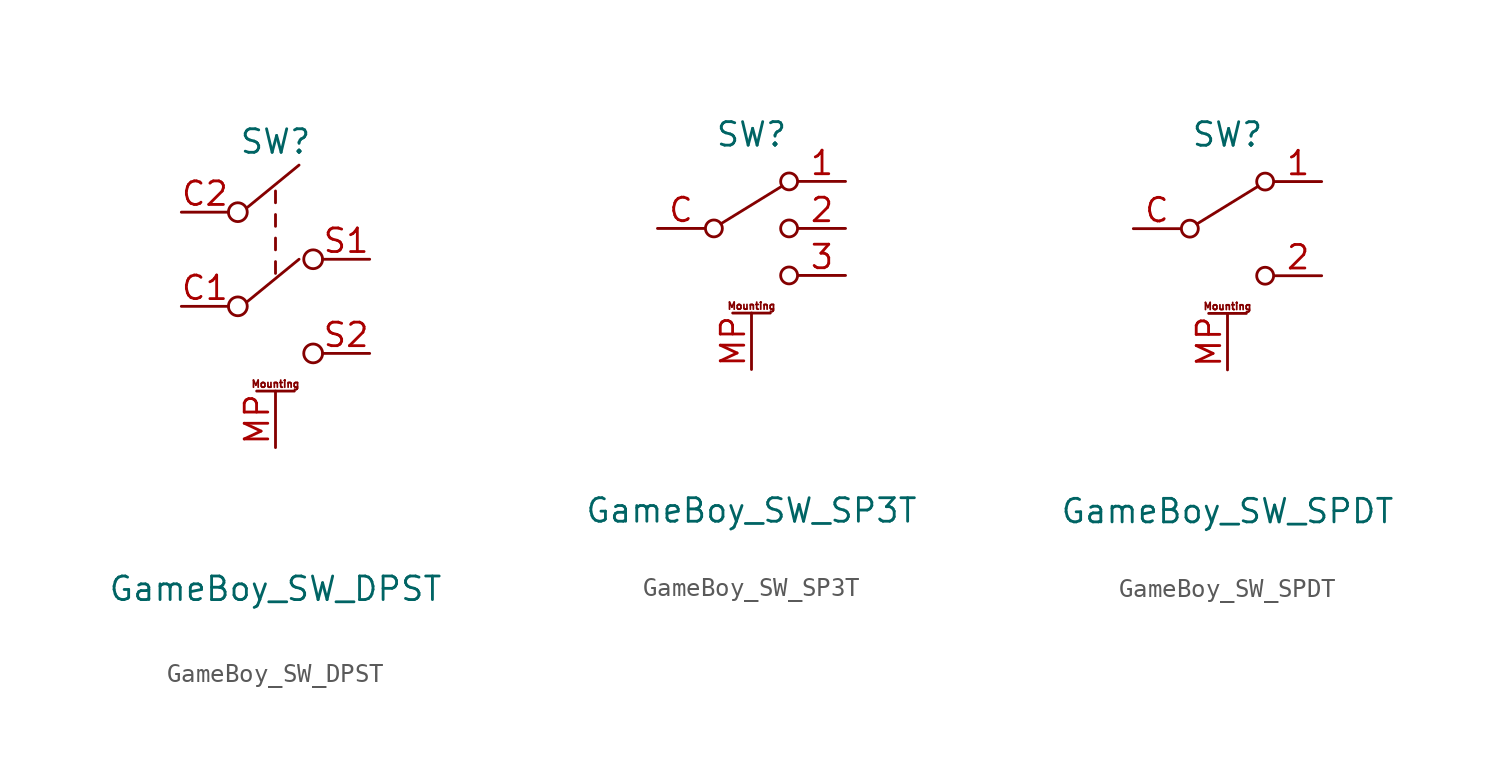
<source format=kicad_sym>
(kicad_symbol_lib
  (version 20211014)
  (generator kicad_symbol_editor)
  (symbol "GameBoy_SW_DPST"
    (pin_names
      (offset 0) hide)
    (property "Reference" "SW"
      (at 0 6.35 0)
      (effects (font (size 1.27 1.27))))
    (property "Value" "GameBoy_SW_DPST"
      (at 0 -17.78 0)
      (effects (font (size 1.27 1.27))))
    (symbol "GameBoy_SW_DPST_0_0"
      (circle (center -2.032 -2.54) (radius 0.508) (stroke (width 0) (type default) (color 0 0 0 0)) (fill (type none)))
      (circle (center -2.032 2.54) (radius 0.508) (stroke (width 0) (type default) (color 0 0 0 0)) (fill (type none)))
      (polyline (pts (xy -1.524 -2.286) (xy 1.27 0)) (stroke (width 0) (type default) (color 0 0 0 0)) (fill (type none)))
      (polyline (pts (xy -1.524 2.794) (xy 1.27 5.08)) (stroke (width 0) (type default) (color 0 0 0 0)) (fill (type none)))
      (polyline (pts (xy 0 -0.762) (xy 0 -0.127)) (stroke (width 0) (type default) (color 0 0 0 0)) (fill (type none)))
      (polyline (pts (xy 0 0.508) (xy 0 1.143)) (stroke (width 0) (type default) (color 0 0 0 0)) (fill (type none)))
      (polyline (pts (xy 0 1.778) (xy 0 2.413)) (stroke (width 0) (type default) (color 0 0 0 0)) (fill (type none)))
      (polyline (pts (xy 0 3.048) (xy 0 3.683)) (stroke (width 0) (type default) (color 0 0 0 0)) (fill (type none)))
      (circle (center 2.032 -5.08) (radius 0.508) (stroke (width 0) (type default) (color 0 0 0 0)) (fill (type none)))
      (circle (center 2.032 0) (radius 0.508) (stroke (width 0) (type default) (color 0 0 0 0)) (fill (type none))))
    (symbol "GameBoy_SW_DPST_1_1"
      (polyline (pts (xy -1.016 -7.112) (xy 1.016 -7.112)) (stroke (width 0.152) (type default) (color 0 0 0 0)) (fill (type none)))
      (text "Mounting" (at 0 -6.731 0) (effects (font (size 0.381 0.381))))
      (pin passive line (at -5.08 -2.54 0) (length 2.54) (name "C1" (effects (font (size 1.27 1.27)))) (number "C1" (effects (font (size 1.27 1.27)))))
      (pin passive line (at -5.08 2.54 0) (length 2.54) (name "C2" (effects (font (size 1.27 1.27)))) (number "C2" (effects (font (size 1.27 1.27)))))
      (pin passive line (at 0 -10.16 90) (length 3.048) (name "~" (effects (font (size 1.27 1.27)))) (number "MP" (effects (font (size 1.27 1.27)))))
      (pin passive line (at 5.08 0 180) (length 2.54) (name "S1" (effects (font (size 1.27 1.27)))) (number "S1" (effects (font (size 1.27 1.27)))))
      (pin passive line (at 5.08 -5.08 180) (length 2.54) (name "S2" (effects (font (size 1.27 1.27)))) (number "S2" (effects (font (size 1.27 1.27)))))))
  (symbol "GameBoy_SW_SP3T"
    (pin_names
      (offset 0) hide)
    (property "Reference" "SW"
      (at 0 5.08 0)
      (effects (font (size 1.27 1.27))))
    (property "Value" "GameBoy_SW_SP3T"
      (at 0 -15.24 0)
      (effects (font (size 1.27 1.27))))
    (symbol "GameBoy_SW_SP3T_0_1"
      (circle (center -2.032 0) (radius 0.457) (stroke (width 0) (type default) (color 0 0 0 0)) (fill (type none)))
      (polyline (pts (xy -1.651 0.254) (xy 1.651 2.286)) (stroke (width 0) (type default) (color 0 0 0 0)) (fill (type none)))
      (circle (center 2.032 -2.54) (radius 0.457) (stroke (width 0) (type default) (color 0 0 0 0)) (fill (type none)))
      (circle (center 2.032 0) (radius 0.457) (stroke (width 0) (type default) (color 0 0 0 0)) (fill (type none)))
      (circle (center 2.032 2.54) (radius 0.457) (stroke (width 0) (type default) (color 0 0 0 0)) (fill (type none))))
    (symbol "GameBoy_SW_SP3T_1_1"
      (polyline (pts (xy -1.016 -4.572) (xy 1.016 -4.572)) (stroke (width 0.152) (type default) (color 0 0 0 0)) (fill (type none)))
      (text "Mounting" (at 0 -4.191 0) (effects (font (size 0.381 0.381))))
      (pin passive line (at 5.08 2.54 180) (length 2.54) (name "1" (effects (font (size 1.27 1.27)))) (number "1" (effects (font (size 1.27 1.27)))))
      (pin passive line (at 5.08 0 180) (length 2.54) (name "2" (effects (font (size 1.27 1.27)))) (number "2" (effects (font (size 1.27 1.27)))))
      (pin passive line (at 5.08 -2.54 180) (length 2.54) (name "3" (effects (font (size 1.27 1.27)))) (number "3" (effects (font (size 1.27 1.27)))))
      (pin passive line (at -5.08 0 0) (length 2.54) (name "C" (effects (font (size 1.27 1.27)))) (number "C" (effects (font (size 1.27 1.27)))))
      (pin passive line (at 0 -7.62 90) (length 3.048) (name "~" (effects (font (size 1.27 1.27)))) (number "MP" (effects (font (size 1.27 1.27)))))))
  (symbol "GameBoy_SW_SPDT"
    (pin_names
      (offset 0) hide)
    (property "Reference" "SW"
      (at 0 5.08 0)
      (effects (font (size 1.27 1.27))))
    (property "Value" "GameBoy_SW_SPDT"
      (at 0 -15.24 0)
      (effects (font (size 1.27 1.27))))
    (symbol "GameBoy_SW_SPDT_0_1"
      (circle (center -2.032 0) (radius 0.457) (stroke (width 0) (type default) (color 0 0 0 0)) (fill (type none)))
      (polyline (pts (xy -1.651 0.254) (xy 1.651 2.286)) (stroke (width 0) (type default) (color 0 0 0 0)) (fill (type none)))
      (circle (center 2.032 -2.54) (radius 0.457) (stroke (width 0) (type default) (color 0 0 0 0)) (fill (type none)))
      (circle (center 2.032 2.54) (radius 0.457) (stroke (width 0) (type default) (color 0 0 0 0)) (fill (type none))))
    (symbol "GameBoy_SW_SPDT_1_1"
      (polyline (pts (xy -1.016 -4.572) (xy 1.016 -4.572)) (stroke (width 0.152) (type default) (color 0 0 0 0)) (fill (type none)))
      (text "Mounting" (at 0 -4.191 0) (effects (font (size 0.381 0.381))))
      (pin passive line (at 5.08 2.54 180) (length 2.54) (name "1" (effects (font (size 1.27 1.27)))) (number "1" (effects (font (size 1.27 1.27)))))
      (pin passive line (at 5.08 -2.54 180) (length 2.54) (name "2" (effects (font (size 1.27 1.27)))) (number "2" (effects (font (size 1.27 1.27)))))
      (pin passive line (at -5.08 0 0) (length 2.54) (name "C" (effects (font (size 1.27 1.27)))) (number "C" (effects (font (size 1.27 1.27)))))
      (pin passive line (at 0 -7.62 90) (length 3.048) (name "~" (effects (font (size 1.27 1.27)))) (number "MP" (effects (font (size 1.27 1.27))))))))
</source>
